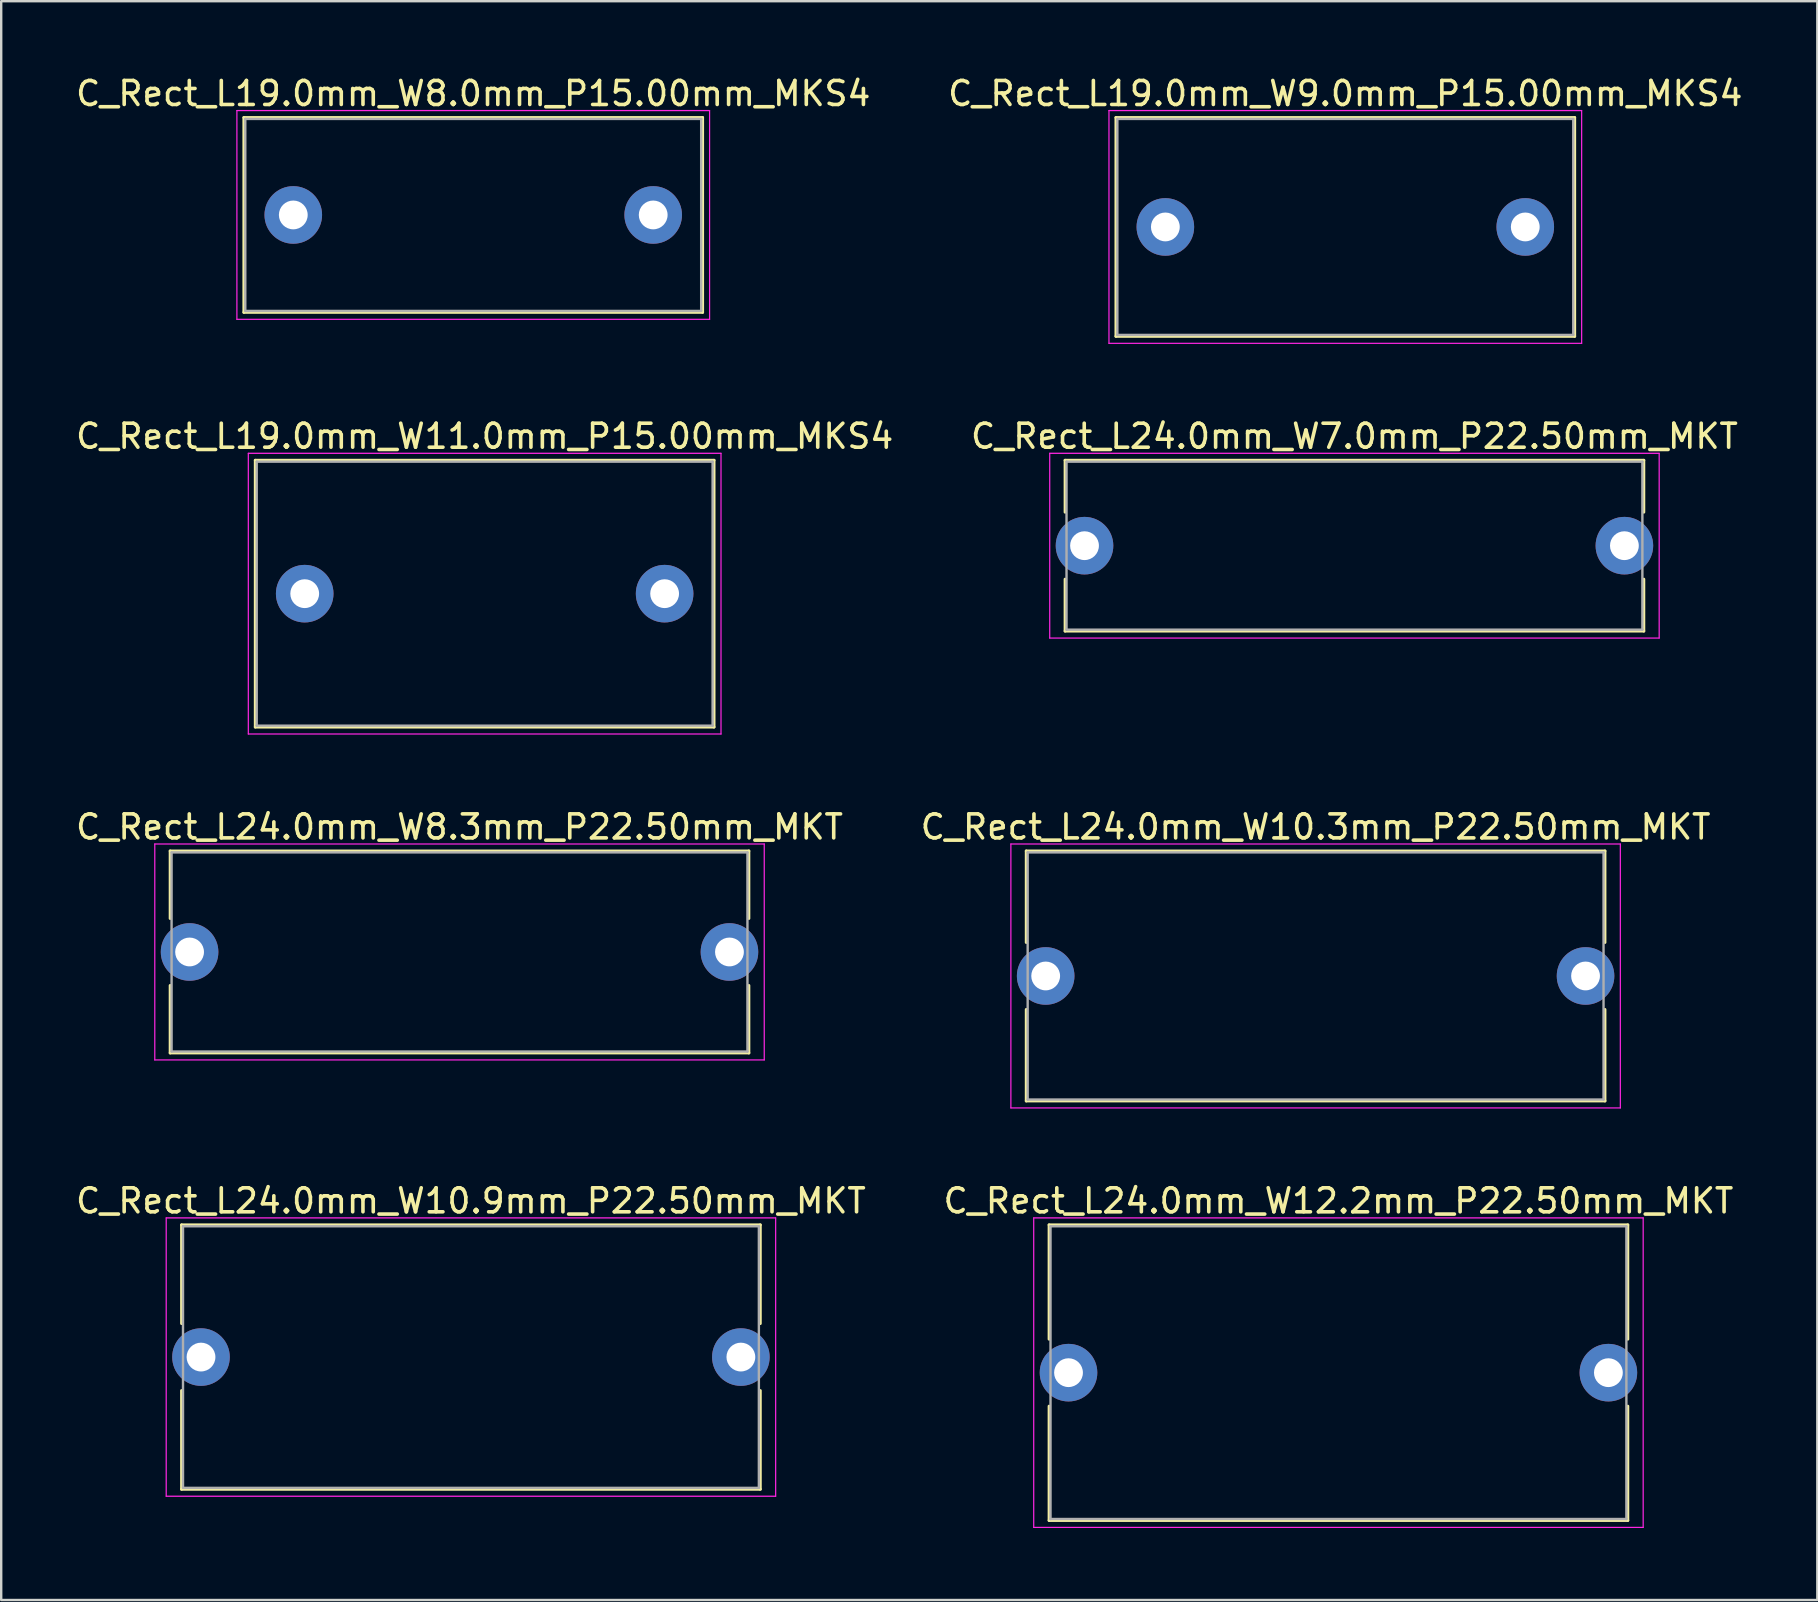
<source format=kicad_pcb>
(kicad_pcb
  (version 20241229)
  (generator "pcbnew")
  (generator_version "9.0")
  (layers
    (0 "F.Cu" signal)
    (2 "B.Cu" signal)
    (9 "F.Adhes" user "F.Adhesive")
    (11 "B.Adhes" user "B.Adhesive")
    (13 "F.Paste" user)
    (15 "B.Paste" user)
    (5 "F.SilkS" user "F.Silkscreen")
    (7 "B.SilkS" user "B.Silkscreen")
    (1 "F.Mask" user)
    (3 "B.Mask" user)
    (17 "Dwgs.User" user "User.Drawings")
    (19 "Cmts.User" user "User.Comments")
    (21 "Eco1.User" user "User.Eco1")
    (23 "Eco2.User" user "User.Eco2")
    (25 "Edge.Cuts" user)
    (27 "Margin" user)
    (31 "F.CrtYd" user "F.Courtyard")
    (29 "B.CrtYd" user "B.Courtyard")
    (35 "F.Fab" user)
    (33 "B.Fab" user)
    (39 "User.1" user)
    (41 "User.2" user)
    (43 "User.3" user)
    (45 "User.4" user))
  (footprint "C_Rect_L19.0mm_W11.0mm_P15.00mm_MKS4"
    (layer "F.Cu")
    (at 9.649 21.692)
    (property "Reference" "C_Rect_L19.0mm_W11.0mm_P15.00mm_MKS4" (at 7.5 -6.56 0) (layer "F.SilkS") (effects (font (size 1 1) (thickness 0.15))))
    (attr through_hole)
    (fp_line (start -2.06 -5.56) (end -2.06 5.56) (stroke (width 0.12) (type solid)) (layer "F.SilkS"))
    (fp_line (start -2.06 -5.56) (end 17.06 -5.56) (stroke (width 0.12) (type solid)) (layer "F.SilkS"))
    (fp_line (start -2.06 5.56) (end 17.06 5.56) (stroke (width 0.12) (type solid)) (layer "F.SilkS"))
    (fp_line (start 17.06 -5.56) (end 17.06 5.56) (stroke (width 0.12) (type solid)) (layer "F.SilkS"))
    (fp_line (start -2.35 -5.85) (end -2.35 5.85) (stroke (width 0.05) (type solid)) (layer "F.CrtYd"))
    (fp_line (start -2.35 5.85) (end 17.35 5.85) (stroke (width 0.05) (type solid)) (layer "F.CrtYd"))
    (fp_line (start 17.35 -5.85) (end -2.35 -5.85) (stroke (width 0.05) (type solid)) (layer "F.CrtYd"))
    (fp_line (start 17.35 5.85) (end 17.35 -5.85) (stroke (width 0.05) (type solid)) (layer "F.CrtYd"))
    (fp_line (start -2 -5.5) (end -2 5.5) (stroke (width 0.1) (type solid)) (layer "F.Fab"))
    (fp_line (start -2 5.5) (end 17 5.5) (stroke (width 0.1) (type solid)) (layer "F.Fab"))
    (fp_line (start 17 -5.5) (end -2 -5.5) (stroke (width 0.1) (type solid)) (layer "F.Fab"))
    (fp_line (start 17 5.5) (end 17 -5.5) (stroke (width 0.1) (type solid)) (layer "F.Fab"))
    (pad "1" thru_hole circle (at 0 0) (size 2.4 2.4) (drill 1.2) (layers "*.Cu" "*.Mask"))
    (pad "2" thru_hole circle (at 15 0) (size 2.4 2.4) (drill 1.2) (layers "*.Cu" "*.Mask")))
  (footprint "C_Rect_L19.0mm_W9.0mm_P15.00mm_MKS4"
    (layer "F.Cu")
    (at 45.518 6.408)
    (property "Reference" "C_Rect_L19.0mm_W9.0mm_P15.00mm_MKS4" (at 7.5 -5.56 0) (layer "F.SilkS") (effects (font (size 1 1) (thickness 0.15))))
    (attr through_hole)
    (fp_line (start -2.06 -4.56) (end -2.06 4.56) (stroke (width 0.12) (type solid)) (layer "F.SilkS"))
    (fp_line (start -2.06 -4.56) (end 17.06 -4.56) (stroke (width 0.12) (type solid)) (layer "F.SilkS"))
    (fp_line (start -2.06 4.56) (end 17.06 4.56) (stroke (width 0.12) (type solid)) (layer "F.SilkS"))
    (fp_line (start 17.06 -4.56) (end 17.06 4.56) (stroke (width 0.12) (type solid)) (layer "F.SilkS"))
    (fp_line (start -2.35 -4.85) (end -2.35 4.85) (stroke (width 0.05) (type solid)) (layer "F.CrtYd"))
    (fp_line (start -2.35 4.85) (end 17.35 4.85) (stroke (width 0.05) (type solid)) (layer "F.CrtYd"))
    (fp_line (start 17.35 -4.85) (end -2.35 -4.85) (stroke (width 0.05) (type solid)) (layer "F.CrtYd"))
    (fp_line (start 17.35 4.85) (end 17.35 -4.85) (stroke (width 0.05) (type solid)) (layer "F.CrtYd"))
    (fp_line (start -2 -4.5) (end -2 4.5) (stroke (width 0.1) (type solid)) (layer "F.Fab"))
    (fp_line (start -2 4.5) (end 17 4.5) (stroke (width 0.1) (type solid)) (layer "F.Fab"))
    (fp_line (start 17 -4.5) (end -2 -4.5) (stroke (width 0.1) (type solid)) (layer "F.Fab"))
    (fp_line (start 17 4.5) (end 17 -4.5) (stroke (width 0.1) (type solid)) (layer "F.Fab"))
    (pad "1" thru_hole circle (at 0 0) (size 2.4 2.4) (drill 1.2) (layers "*.Cu" "*.Mask"))
    (pad "2" thru_hole circle (at 15 0) (size 2.4 2.4) (drill 1.2) (layers "*.Cu" "*.Mask")))
  (footprint "C_Rect_L19.0mm_W8.0mm_P15.00mm_MKS4"
    (layer "F.Cu")
    (at 9.173 5.908)
    (property "Reference" "C_Rect_L19.0mm_W8.0mm_P15.00mm_MKS4" (at 7.5 -5.06 0) (layer "F.SilkS") (effects (font (size 1 1) (thickness 0.15))))
    (attr through_hole)
    (fp_line (start -2.06 -4.06) (end -2.06 4.06) (stroke (width 0.12) (type solid)) (layer "F.SilkS"))
    (fp_line (start -2.06 -4.06) (end 17.06 -4.06) (stroke (width 0.12) (type solid)) (layer "F.SilkS"))
    (fp_line (start -2.06 4.06) (end 17.06 4.06) (stroke (width 0.12) (type solid)) (layer "F.SilkS"))
    (fp_line (start 17.06 -4.06) (end 17.06 4.06) (stroke (width 0.12) (type solid)) (layer "F.SilkS"))
    (fp_line (start -2.35 -4.35) (end -2.35 4.35) (stroke (width 0.05) (type solid)) (layer "F.CrtYd"))
    (fp_line (start -2.35 4.35) (end 17.35 4.35) (stroke (width 0.05) (type solid)) (layer "F.CrtYd"))
    (fp_line (start 17.35 -4.35) (end -2.35 -4.35) (stroke (width 0.05) (type solid)) (layer "F.CrtYd"))
    (fp_line (start 17.35 4.35) (end 17.35 -4.35) (stroke (width 0.05) (type solid)) (layer "F.CrtYd"))
    (fp_line (start -2 -4) (end -2 4) (stroke (width 0.1) (type solid)) (layer "F.Fab"))
    (fp_line (start -2 4) (end 17 4) (stroke (width 0.1) (type solid)) (layer "F.Fab"))
    (fp_line (start 17 -4) (end -2 -4) (stroke (width 0.1) (type solid)) (layer "F.Fab"))
    (fp_line (start 17 4) (end 17 -4) (stroke (width 0.1) (type solid)) (layer "F.Fab"))
    (pad "1" thru_hole circle (at 0 0) (size 2.4 2.4) (drill 1.2) (layers "*.Cu" "*.Mask"))
    (pad "2" thru_hole circle (at 15 0) (size 2.4 2.4) (drill 1.2) (layers "*.Cu" "*.Mask")))
  (footprint "C_Rect_L24.0mm_W8.3mm_P22.50mm_MKT"
    (layer "F.Cu")
    (at 4.851 36.625)
    (property "Reference" "C_Rect_L24.0mm_W8.3mm_P22.50mm_MKT" (at 11.25 -5.21 0) (layer "F.SilkS") (effects (font (size 1 1) (thickness 0.15))))
    (attr through_hole)
    (fp_line (start -0.81 -4.21) (end -0.81 -1.395) (stroke (width 0.12) (type solid)) (layer "F.SilkS"))
    (fp_line (start -0.81 -4.21) (end 23.31 -4.21) (stroke (width 0.12) (type solid)) (layer "F.SilkS"))
    (fp_line (start -0.81 1.395) (end -0.81 4.21) (stroke (width 0.12) (type solid)) (layer "F.SilkS"))
    (fp_line (start -0.81 4.21) (end 23.31 4.21) (stroke (width 0.12) (type solid)) (layer "F.SilkS"))
    (fp_line (start 23.31 -4.21) (end 23.31 -1.395) (stroke (width 0.12) (type solid)) (layer "F.SilkS"))
    (fp_line (start 23.31 1.395) (end 23.31 4.21) (stroke (width 0.12) (type solid)) (layer "F.SilkS"))
    (fp_line (start -1.45 -4.5) (end -1.45 4.5) (stroke (width 0.05) (type solid)) (layer "F.CrtYd"))
    (fp_line (start -1.45 4.5) (end 23.95 4.5) (stroke (width 0.05) (type solid)) (layer "F.CrtYd"))
    (fp_line (start 23.95 -4.5) (end -1.45 -4.5) (stroke (width 0.05) (type solid)) (layer "F.CrtYd"))
    (fp_line (start 23.95 4.5) (end 23.95 -4.5) (stroke (width 0.05) (type solid)) (layer "F.CrtYd"))
    (fp_line (start -0.75 -4.15) (end -0.75 4.15) (stroke (width 0.1) (type solid)) (layer "F.Fab"))
    (fp_line (start -0.75 4.15) (end 23.25 4.15) (stroke (width 0.1) (type solid)) (layer "F.Fab"))
    (fp_line (start 23.25 -4.15) (end -0.75 -4.15) (stroke (width 0.1) (type solid)) (layer "F.Fab"))
    (fp_line (start 23.25 4.15) (end 23.25 -4.15) (stroke (width 0.1) (type solid)) (layer "F.Fab"))
    (pad "1" thru_hole circle (at 0 0) (size 2.4 2.4) (drill 1.2) (layers "*.Cu" "*.Mask"))
    (pad "2" thru_hole circle (at 22.5 0) (size 2.4 2.4) (drill 1.2) (layers "*.Cu" "*.Mask")))
  (footprint "C_Rect_L24.0mm_W12.2mm_P22.50mm_MKT"
    (layer "F.Cu")
    (at 41.482 54.158)
    (property "Reference" "C_Rect_L24.0mm_W12.2mm_P22.50mm_MKT" (at 11.25 -7.16 0) (layer "F.SilkS") (effects (font (size 1 1) (thickness 0.15))))
    (attr through_hole)
    (fp_line (start -0.81 -6.16) (end -0.81 -1.395) (stroke (width 0.12) (type solid)) (layer "F.SilkS"))
    (fp_line (start -0.81 -6.16) (end 23.31 -6.16) (stroke (width 0.12) (type solid)) (layer "F.SilkS"))
    (fp_line (start -0.81 1.395) (end -0.81 6.16) (stroke (width 0.12) (type solid)) (layer "F.SilkS"))
    (fp_line (start -0.81 6.16) (end 23.31 6.16) (stroke (width 0.12) (type solid)) (layer "F.SilkS"))
    (fp_line (start 23.31 -6.16) (end 23.31 -1.395) (stroke (width 0.12) (type solid)) (layer "F.SilkS"))
    (fp_line (start 23.31 1.395) (end 23.31 6.16) (stroke (width 0.12) (type solid)) (layer "F.SilkS"))
    (fp_line (start -1.45 -6.45) (end -1.45 6.45) (stroke (width 0.05) (type solid)) (layer "F.CrtYd"))
    (fp_line (start -1.45 6.45) (end 23.95 6.45) (stroke (width 0.05) (type solid)) (layer "F.CrtYd"))
    (fp_line (start 23.95 -6.45) (end -1.45 -6.45) (stroke (width 0.05) (type solid)) (layer "F.CrtYd"))
    (fp_line (start 23.95 6.45) (end 23.95 -6.45) (stroke (width 0.05) (type solid)) (layer "F.CrtYd"))
    (fp_line (start -0.75 -6.1) (end -0.75 6.1) (stroke (width 0.1) (type solid)) (layer "F.Fab"))
    (fp_line (start -0.75 6.1) (end 23.25 6.1) (stroke (width 0.1) (type solid)) (layer "F.Fab"))
    (fp_line (start 23.25 -6.1) (end -0.75 -6.1) (stroke (width 0.1) (type solid)) (layer "F.Fab"))
    (fp_line (start 23.25 6.1) (end 23.25 -6.1) (stroke (width 0.1) (type solid)) (layer "F.Fab"))
    (pad "1" thru_hole circle (at 0 0) (size 2.4 2.4) (drill 1.2) (layers "*.Cu" "*.Mask"))
    (pad "2" thru_hole circle (at 22.5 0) (size 2.4 2.4) (drill 1.2) (layers "*.Cu" "*.Mask")))
  (footprint "C_Rect_L24.0mm_W7.0mm_P22.50mm_MKT"
    (layer "F.Cu")
    (at 42.149 19.692)
    (property "Reference" "C_Rect_L24.0mm_W7.0mm_P22.50mm_MKT" (at 11.25 -4.56 0) (layer "F.SilkS") (effects (font (size 1 1) (thickness 0.15))))
    (attr through_hole)
    (fp_line (start -0.81 -3.56) (end -0.81 -1.395) (stroke (width 0.12) (type solid)) (layer "F.SilkS"))
    (fp_line (start -0.81 -3.56) (end 23.31 -3.56) (stroke (width 0.12) (type solid)) (layer "F.SilkS"))
    (fp_line (start -0.81 1.395) (end -0.81 3.56) (stroke (width 0.12) (type solid)) (layer "F.SilkS"))
    (fp_line (start -0.81 3.56) (end 23.31 3.56) (stroke (width 0.12) (type solid)) (layer "F.SilkS"))
    (fp_line (start 23.31 -3.56) (end 23.31 -1.395) (stroke (width 0.12) (type solid)) (layer "F.SilkS"))
    (fp_line (start 23.31 1.395) (end 23.31 3.56) (stroke (width 0.12) (type solid)) (layer "F.SilkS"))
    (fp_line (start -1.45 -3.85) (end -1.45 3.85) (stroke (width 0.05) (type solid)) (layer "F.CrtYd"))
    (fp_line (start -1.45 3.85) (end 23.95 3.85) (stroke (width 0.05) (type solid)) (layer "F.CrtYd"))
    (fp_line (start 23.95 -3.85) (end -1.45 -3.85) (stroke (width 0.05) (type solid)) (layer "F.CrtYd"))
    (fp_line (start 23.95 3.85) (end 23.95 -3.85) (stroke (width 0.05) (type solid)) (layer "F.CrtYd"))
    (fp_line (start -0.75 -3.5) (end -0.75 3.5) (stroke (width 0.1) (type solid)) (layer "F.Fab"))
    (fp_line (start -0.75 3.5) (end 23.25 3.5) (stroke (width 0.1) (type solid)) (layer "F.Fab"))
    (fp_line (start 23.25 -3.5) (end -0.75 -3.5) (stroke (width 0.1) (type solid)) (layer "F.Fab"))
    (fp_line (start 23.25 3.5) (end 23.25 -3.5) (stroke (width 0.1) (type solid)) (layer "F.Fab"))
    (pad "1" thru_hole circle (at 0 0) (size 2.4 2.4) (drill 1.2) (layers "*.Cu" "*.Mask"))
    (pad "2" thru_hole circle (at 22.5 0) (size 2.4 2.4) (drill 1.2) (layers "*.Cu" "*.Mask")))
  (footprint "C_Rect_L24.0mm_W10.3mm_P22.50mm_MKT"
    (layer "F.Cu")
    (at 40.53 37.625)
    (property "Reference" "C_Rect_L24.0mm_W10.3mm_P22.50mm_MKT" (at 11.25 -6.21 0) (layer "F.SilkS") (effects (font (size 1 1) (thickness 0.15))))
    (attr through_hole)
    (fp_line (start -0.81 -5.21) (end -0.81 -1.395) (stroke (width 0.12) (type solid)) (layer "F.SilkS"))
    (fp_line (start -0.81 -5.21) (end 23.31 -5.21) (stroke (width 0.12) (type solid)) (layer "F.SilkS"))
    (fp_line (start -0.81 1.395) (end -0.81 5.21) (stroke (width 0.12) (type solid)) (layer "F.SilkS"))
    (fp_line (start -0.81 5.21) (end 23.31 5.21) (stroke (width 0.12) (type solid)) (layer "F.SilkS"))
    (fp_line (start 23.31 -5.21) (end 23.31 -1.395) (stroke (width 0.12) (type solid)) (layer "F.SilkS"))
    (fp_line (start 23.31 1.395) (end 23.31 5.21) (stroke (width 0.12) (type solid)) (layer "F.SilkS"))
    (fp_line (start -1.45 -5.5) (end -1.45 5.5) (stroke (width 0.05) (type solid)) (layer "F.CrtYd"))
    (fp_line (start -1.45 5.5) (end 23.95 5.5) (stroke (width 0.05) (type solid)) (layer "F.CrtYd"))
    (fp_line (start 23.95 -5.5) (end -1.45 -5.5) (stroke (width 0.05) (type solid)) (layer "F.CrtYd"))
    (fp_line (start 23.95 5.5) (end 23.95 -5.5) (stroke (width 0.05) (type solid)) (layer "F.CrtYd"))
    (fp_line (start -0.75 -5.15) (end -0.75 5.15) (stroke (width 0.1) (type solid)) (layer "F.Fab"))
    (fp_line (start -0.75 5.15) (end 23.25 5.15) (stroke (width 0.1) (type solid)) (layer "F.Fab"))
    (fp_line (start 23.25 -5.15) (end -0.75 -5.15) (stroke (width 0.1) (type solid)) (layer "F.Fab"))
    (fp_line (start 23.25 5.15) (end 23.25 -5.15) (stroke (width 0.1) (type solid)) (layer "F.Fab"))
    (pad "1" thru_hole circle (at 0 0) (size 2.4 2.4) (drill 1.2) (layers "*.Cu" "*.Mask"))
    (pad "2" thru_hole circle (at 22.5 0) (size 2.4 2.4) (drill 1.2) (layers "*.Cu" "*.Mask")))
  (footprint "C_Rect_L24.0mm_W10.9mm_P22.50mm_MKT"
    (layer "F.Cu")
    (at 5.327 53.508)
    (property "Reference" "C_Rect_L24.0mm_W10.9mm_P22.50mm_MKT" (at 11.25 -6.51 0) (layer "F.SilkS") (effects (font (size 1 1) (thickness 0.15))))
    (attr through_hole)
    (fp_line (start -0.81 -5.51) (end -0.81 -1.395) (stroke (width 0.12) (type solid)) (layer "F.SilkS"))
    (fp_line (start -0.81 -5.51) (end 23.31 -5.51) (stroke (width 0.12) (type solid)) (layer "F.SilkS"))
    (fp_line (start -0.81 1.395) (end -0.81 5.51) (stroke (width 0.12) (type solid)) (layer "F.SilkS"))
    (fp_line (start -0.81 5.51) (end 23.31 5.51) (stroke (width 0.12) (type solid)) (layer "F.SilkS"))
    (fp_line (start 23.31 -5.51) (end 23.31 -1.395) (stroke (width 0.12) (type solid)) (layer "F.SilkS"))
    (fp_line (start 23.31 1.395) (end 23.31 5.51) (stroke (width 0.12) (type solid)) (layer "F.SilkS"))
    (fp_line (start -1.45 -5.8) (end -1.45 5.8) (stroke (width 0.05) (type solid)) (layer "F.CrtYd"))
    (fp_line (start -1.45 5.8) (end 23.95 5.8) (stroke (width 0.05) (type solid)) (layer "F.CrtYd"))
    (fp_line (start 23.95 -5.8) (end -1.45 -5.8) (stroke (width 0.05) (type solid)) (layer "F.CrtYd"))
    (fp_line (start 23.95 5.8) (end 23.95 -5.8) (stroke (width 0.05) (type solid)) (layer "F.CrtYd"))
    (fp_line (start -0.75 -5.45) (end -0.75 5.45) (stroke (width 0.1) (type solid)) (layer "F.Fab"))
    (fp_line (start -0.75 5.45) (end 23.25 5.45) (stroke (width 0.1) (type solid)) (layer "F.Fab"))
    (fp_line (start 23.25 -5.45) (end -0.75 -5.45) (stroke (width 0.1) (type solid)) (layer "F.Fab"))
    (fp_line (start 23.25 5.45) (end 23.25 -5.45) (stroke (width 0.1) (type solid)) (layer "F.Fab"))
    (pad "1" thru_hole circle (at 0 0) (size 2.4 2.4) (drill 1.2) (layers "*.Cu" "*.Mask"))
    (pad "2" thru_hole circle (at 22.5 0) (size 2.4 2.4) (drill 1.2) (layers "*.Cu" "*.Mask")))
  (gr_rect
    (start -3 -3)
    (end 72.69 63.633)
    (stroke (width 0.1) (type default))
    (fill no)
    (layer "Edge.Cuts")))
</source>
